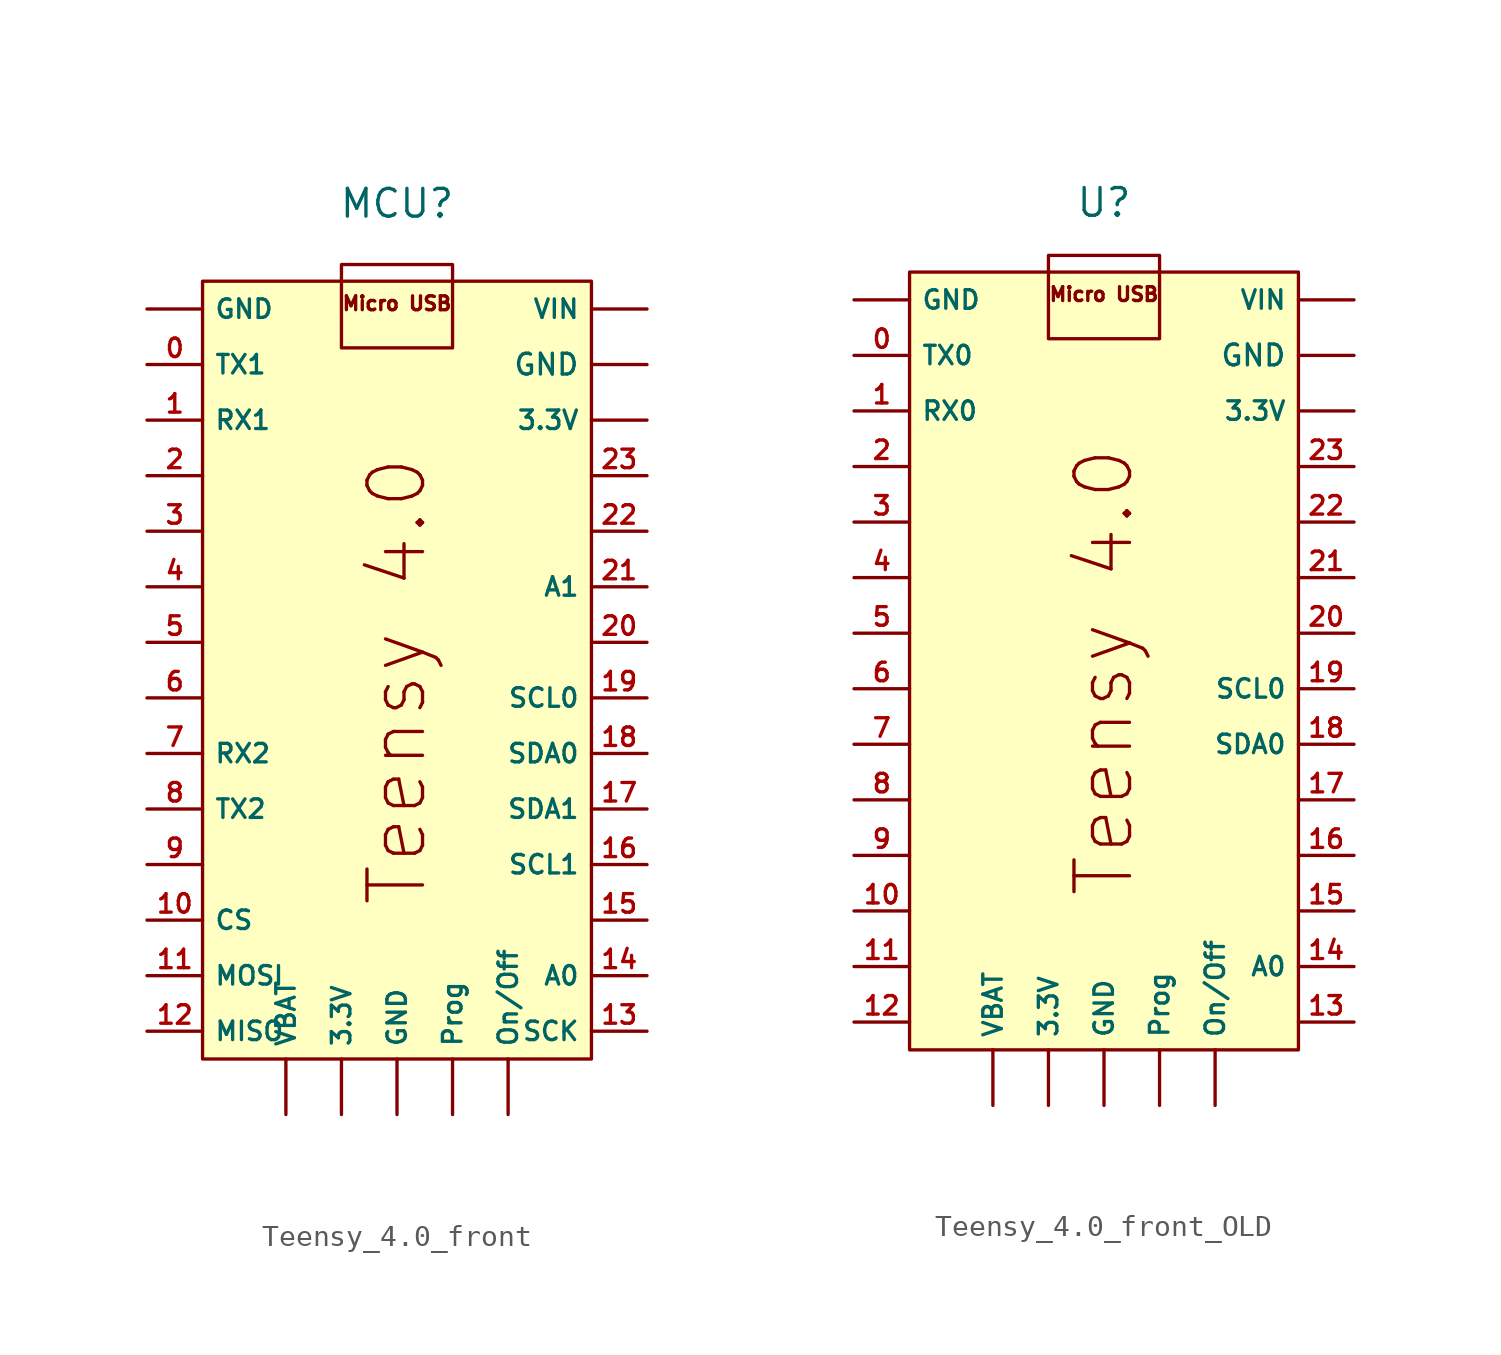
<source format=kicad_sym>
(kicad_symbol_lib
  (version 20220914)
  (generator kicad_symbol_editor)
  (symbol "Teensy_4.0_front"
    (property "Reference" "MCU"
      (at 0 8.636 0)
      (effects (font (size 1.27 1.27))))
    (property "Value" ""
      (at 0 7.62 0)
      (effects (font (size 1.27 1.27))))
    (symbol "Teensy_4.0_front_1_1"
      (rectangle (start -8.89 5.08) (end 8.89 -30.48) (stroke (width 0) (type default)) (fill (type background)))
      (rectangle (start -2.54 5.842) (end 2.54 2.032) (stroke (width 0) (type default)) (fill (type none)))
      (text "Micro USB" (at 0 4.064 0) (effects (font (size 0.635 0.635))))
      (text "Teensy 4.0" (at 0 -13.208 900) (effects (font (size 2.54 2.54))))
      (pin power_out line (at -2.54 -33.02 90) (length 2.54) (name "3.3V" (effects (font (size 0.847 0.847)))) (number "" (effects (font (size 0.847 0.847)))))
      (pin power_out line (at 11.43 -1.27 180) (length 2.54) (name "3.3V" (effects (font (size 0.847 0.847)))) (number "" (effects (font (size 0.847 0.847)))))
      (pin power_in line (at -11.43 3.81 0) (length 2.54) (name "GND" (effects (font (size 0.847 0.847)))) (number "" (effects (font (size 0.847 0.847)))))
      (pin power_out line (at 0 -33.02 90) (length 2.54) (name "GND" (effects (font (size 0.847 0.847)))) (number "" (effects (font (size 0.847 0.847)))))
      (pin power_out line (at 11.43 1.27 180) (length 2.54) (name "GND" (effects (font (size 0.953 0.953)))) (number "" (effects (font (size 0.847 0.847)))))
      (pin unspecified line (at 5.08 -33.02 90) (length 2.54) (name "On/Off" (effects (font (size 0.847 0.847)))) (number "" (effects (font (size 0.847 0.847)))))
      (pin unspecified line (at 2.54 -33.02 90) (length 2.54) (name "Prog" (effects (font (size 0.847 0.847)))) (number "" (effects (font (size 0.847 0.847)))))
      (pin power_in line (at -5.08 -33.02 90) (length 2.54) (name "VBAT" (effects (font (size 0.847 0.847)))) (number "" (effects (font (size 0.847 0.847)))))
      (pin power_in line (at 11.43 3.81 180) (length 2.54) (name "VIN" (effects (font (size 0.847 0.847)))) (number "" (effects (font (size 1.27 1.27)))))
      (pin output line (at -11.43 1.27 0) (length 2.54) (name "TX1" (effects (font (size 0.847 0.847)))) (number "0" (effects (font (size 0.847 0.847)))))
      (pin input line (at -11.43 -1.27 0) (length 2.54) (name "RX1" (effects (font (size 0.847 0.847)))) (number "1" (effects (font (size 0.847 0.847)))))
      (pin free line (at -11.43 -24.13 0) (length 2.54) (name "CS" (effects (font (size 0.847 0.847)))) (number "10" (effects (font (size 0.847 0.847)))))
      (pin free line (at -11.43 -26.67 0) (length 2.54) (name "MOSI" (effects (font (size 0.847 0.847)))) (number "11" (effects (font (size 0.847 0.847)))))
      (pin free line (at -11.43 -29.21 0) (length 2.54) (name "MISO" (effects (font (size 0.847 0.847)))) (number "12" (effects (font (size 0.847 0.847)))))
      (pin free line (at 11.43 -29.21 180) (length 2.54) (name "SCK" (effects (font (size 0.847 0.847)))) (number "13" (effects (font (size 0.847 0.847)))))
      (pin input line (at 11.43 -26.67 180) (length 2.54) (name "A0" (effects (font (size 0.847 0.847)))) (number "14" (effects (font (size 0.847 0.847)))))
      (pin free line (at 11.43 -24.13 180) (length 2.54) (name "" (effects (font (size 0.847 0.847)))) (number "15" (effects (font (size 0.847 0.847)))))
      (pin bidirectional line (at 11.43 -21.59 180) (length 2.54) (name "SCL1" (effects (font (size 0.847 0.847)))) (number "16" (effects (font (size 0.847 0.847)))))
      (pin bidirectional line (at 11.43 -19.05 180) (length 2.54) (name "SDA1" (effects (font (size 0.847 0.847)))) (number "17" (effects (font (size 0.847 0.847)))))
      (pin bidirectional line (at 11.43 -16.51 180) (length 2.54) (name "SDA0" (effects (font (size 0.847 0.847)))) (number "18" (effects (font (size 0.847 0.847)))))
      (pin bidirectional line (at 11.43 -13.97 180) (length 2.54) (name "SCL0" (effects (font (size 0.847 0.847)))) (number "19" (effects (font (size 0.847 0.847)))))
      (pin free line (at -11.43 -3.81 0) (length 2.54) (name "" (effects (font (size 0.847 0.847)))) (number "2" (effects (font (size 0.847 0.847)))))
      (pin free line (at 11.43 -11.43 180) (length 2.54) (name "" (effects (font (size 0.847 0.847)))) (number "20" (effects (font (size 0.847 0.847)))))
      (pin input line (at 11.43 -8.89 180) (length 2.54) (name "A1" (effects (font (size 0.847 0.847)))) (number "21" (effects (font (size 0.847 0.847)))))
      (pin free line (at 11.43 -6.35 180) (length 2.54) (name "" (effects (font (size 0.847 0.847)))) (number "22" (effects (font (size 0.847 0.847)))))
      (pin free line (at 11.43 -3.81 180) (length 2.54) (name "" (effects (font (size 0.847 0.847)))) (number "23" (effects (font (size 0.847 0.847)))))
      (pin free line (at -11.43 -6.35 0) (length 2.54) (name "" (effects (font (size 0.847 0.847)))) (number "3" (effects (font (size 0.847 0.847)))))
      (pin free line (at -11.43 -8.89 0) (length 2.54) (name "" (effects (font (size 0.847 0.847)))) (number "4" (effects (font (size 0.847 0.847)))))
      (pin free line (at -11.43 -11.43 0) (length 2.54) (name "" (effects (font (size 0.847 0.847)))) (number "5" (effects (font (size 0.847 0.847)))))
      (pin free line (at -11.43 -13.97 0) (length 2.54) (name "" (effects (font (size 0.847 0.847)))) (number "6" (effects (font (size 0.847 0.847)))))
      (pin input line (at -11.43 -16.51 0) (length 2.54) (name "RX2" (effects (font (size 0.847 0.847)))) (number "7" (effects (font (size 0.847 0.847)))))
      (pin output line (at -11.43 -19.05 0) (length 2.54) (name "TX2" (effects (font (size 0.847 0.847)))) (number "8" (effects (font (size 0.847 0.847)))))
      (pin free line (at -11.43 -21.59 0) (length 2.54) (name "" (effects (font (size 0.847 0.847)))) (number "9" (effects (font (size 0.847 0.847)))))))
  (symbol "Teensy_4.0_front_OLD"
    (property "Reference" "U"
      (at 0 6.985 0)
      (effects (font (size 1.27 1.27))))
    (property "Value" ""
      (at 0 0 0)
      (effects (font (size 1.27 1.27))))
    (symbol "Teensy_4.0_front_OLD_1_1"
      (rectangle (start -8.89 3.81) (end 8.89 -31.75) (stroke (width 0) (type default)) (fill (type background)))
      (rectangle (start -2.54 4.572) (end 2.54 0.762) (stroke (width 0) (type default)) (fill (type none)))
      (text "Micro USB" (at 0 2.794 0) (effects (font (size 0.635 0.635))))
      (text "Teensy 4.0" (at 0 -14.478 900) (effects (font (size 2.54 2.54))))
      (pin power_out line (at -2.54 -34.29 90) (length 2.54) (name "3.3V" (effects (font (size 0.847 0.847)))) (number "" (effects (font (size 0.847 0.847)))))
      (pin power_out line (at 11.43 -2.54 180) (length 2.54) (name "3.3V" (effects (font (size 0.847 0.847)))) (number "" (effects (font (size 0.847 0.847)))))
      (pin power_in line (at -11.43 2.54 0) (length 2.54) (name "GND" (effects (font (size 0.847 0.847)))) (number "" (effects (font (size 0.847 0.847)))))
      (pin power_out line (at 0 -34.29 90) (length 2.54) (name "GND" (effects (font (size 0.847 0.847)))) (number "" (effects (font (size 0.847 0.847)))))
      (pin power_out line (at 11.43 0 180) (length 2.54) (name "GND" (effects (font (size 0.953 0.953)))) (number "" (effects (font (size 0.847 0.847)))))
      (pin unspecified line (at 5.08 -34.29 90) (length 2.54) (name "On/Off" (effects (font (size 0.847 0.847)))) (number "" (effects (font (size 0.847 0.847)))))
      (pin unspecified line (at 2.54 -34.29 90) (length 2.54) (name "Prog" (effects (font (size 0.847 0.847)))) (number "" (effects (font (size 0.847 0.847)))))
      (pin power_in line (at -5.08 -34.29 90) (length 2.54) (name "VBAT" (effects (font (size 0.847 0.847)))) (number "" (effects (font (size 0.847 0.847)))))
      (pin power_in line (at 11.43 2.54 180) (length 2.54) (name "VIN" (effects (font (size 0.847 0.847)))) (number "" (effects (font (size 1.27 1.27)))))
      (pin output line (at -11.43 0 0) (length 2.54) (name "TX0" (effects (font (size 0.847 0.847)))) (number "0" (effects (font (size 0.847 0.847)))))
      (pin input line (at -11.43 -2.54 0) (length 2.54) (name "RX0" (effects (font (size 0.847 0.847)))) (number "1" (effects (font (size 0.847 0.847)))))
      (pin free line (at -11.43 -25.4 0) (length 2.54) (name "" (effects (font (size 0.847 0.847)))) (number "10" (effects (font (size 0.847 0.847)))))
      (pin free line (at -11.43 -27.94 0) (length 2.54) (name "" (effects (font (size 0.847 0.847)))) (number "11" (effects (font (size 0.847 0.847)))))
      (pin free line (at -11.43 -30.48 0) (length 2.54) (name "" (effects (font (size 0.847 0.847)))) (number "12" (effects (font (size 0.847 0.847)))))
      (pin free line (at 11.43 -30.48 180) (length 2.54) (name "" (effects (font (size 0.847 0.847)))) (number "13" (effects (font (size 0.847 0.847)))))
      (pin input line (at 11.43 -27.94 180) (length 2.54) (name "A0" (effects (font (size 0.847 0.847)))) (number "14" (effects (font (size 0.847 0.847)))))
      (pin free line (at 11.43 -25.4 180) (length 2.54) (name "" (effects (font (size 0.847 0.847)))) (number "15" (effects (font (size 0.847 0.847)))))
      (pin free line (at 11.43 -22.86 180) (length 2.54) (name "" (effects (font (size 0.847 0.847)))) (number "16" (effects (font (size 0.847 0.847)))))
      (pin free line (at 11.43 -20.32 180) (length 2.54) (name "" (effects (font (size 0.847 0.847)))) (number "17" (effects (font (size 0.847 0.847)))))
      (pin bidirectional line (at 11.43 -17.78 180) (length 2.54) (name "SDA0" (effects (font (size 0.847 0.847)))) (number "18" (effects (font (size 0.847 0.847)))))
      (pin bidirectional line (at 11.43 -15.24 180) (length 2.54) (name "SCL0" (effects (font (size 0.847 0.847)))) (number "19" (effects (font (size 0.847 0.847)))))
      (pin free line (at -11.43 -5.08 0) (length 2.54) (name "" (effects (font (size 0.847 0.847)))) (number "2" (effects (font (size 0.847 0.847)))))
      (pin free line (at 11.43 -12.7 180) (length 2.54) (name "" (effects (font (size 0.847 0.847)))) (number "20" (effects (font (size 0.847 0.847)))))
      (pin free line (at 11.43 -10.16 180) (length 2.54) (name "" (effects (font (size 0.847 0.847)))) (number "21" (effects (font (size 0.847 0.847)))))
      (pin free line (at 11.43 -7.62 180) (length 2.54) (name "" (effects (font (size 0.847 0.847)))) (number "22" (effects (font (size 0.847 0.847)))))
      (pin free line (at 11.43 -5.08 180) (length 2.54) (name "" (effects (font (size 0.847 0.847)))) (number "23" (effects (font (size 0.847 0.847)))))
      (pin free line (at -11.43 -7.62 0) (length 2.54) (name "" (effects (font (size 0.847 0.847)))) (number "3" (effects (font (size 0.847 0.847)))))
      (pin free line (at -11.43 -10.16 0) (length 2.54) (name "" (effects (font (size 0.847 0.847)))) (number "4" (effects (font (size 0.847 0.847)))))
      (pin free line (at -11.43 -12.7 0) (length 2.54) (name "" (effects (font (size 0.847 0.847)))) (number "5" (effects (font (size 0.847 0.847)))))
      (pin free line (at -11.43 -15.24 0) (length 2.54) (name "" (effects (font (size 0.847 0.847)))) (number "6" (effects (font (size 0.847 0.847)))))
      (pin free line (at -11.43 -17.78 0) (length 2.54) (name "" (effects (font (size 0.847 0.847)))) (number "7" (effects (font (size 0.847 0.847)))))
      (pin free line (at -11.43 -20.32 0) (length 2.54) (name "" (effects (font (size 0.847 0.847)))) (number "8" (effects (font (size 0.847 0.847)))))
      (pin free line (at -11.43 -22.86 0) (length 2.54) (name "" (effects (font (size 0.847 0.847)))) (number "9" (effects (font (size 0.847 0.847))))))))
</source>
